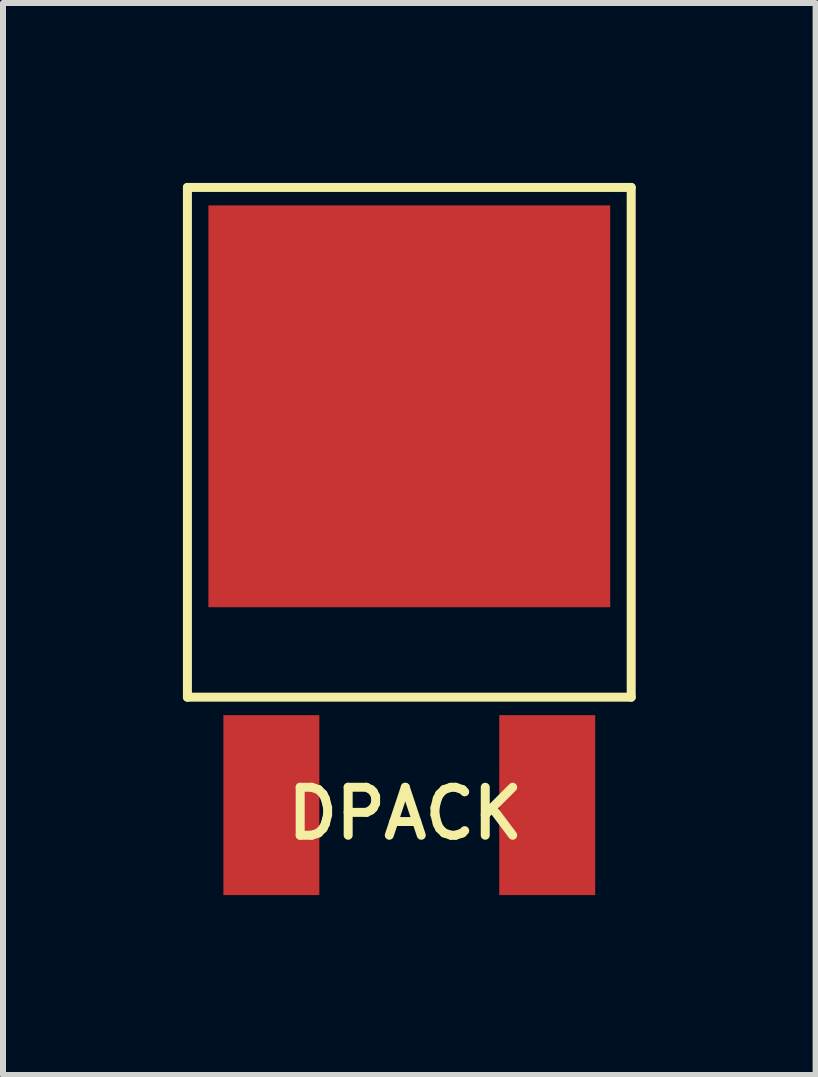
<source format=kicad_pcb>
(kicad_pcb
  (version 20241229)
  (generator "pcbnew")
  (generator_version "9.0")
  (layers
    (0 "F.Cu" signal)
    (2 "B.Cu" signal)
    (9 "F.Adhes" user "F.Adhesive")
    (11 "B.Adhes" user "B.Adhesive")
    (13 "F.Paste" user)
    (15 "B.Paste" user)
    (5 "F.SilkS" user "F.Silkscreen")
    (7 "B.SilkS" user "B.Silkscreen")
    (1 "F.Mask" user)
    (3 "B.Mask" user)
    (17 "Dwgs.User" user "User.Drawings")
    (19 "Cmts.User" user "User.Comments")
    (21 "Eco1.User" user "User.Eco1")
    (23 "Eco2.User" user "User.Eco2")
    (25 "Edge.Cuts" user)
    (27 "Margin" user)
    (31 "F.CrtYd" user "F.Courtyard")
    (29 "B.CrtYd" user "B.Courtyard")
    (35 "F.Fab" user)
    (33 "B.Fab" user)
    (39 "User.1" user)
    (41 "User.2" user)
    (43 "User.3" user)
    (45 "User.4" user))
  (footprint "DPACK"
    (layer "F.Cu")
    (at 3.775 7.975)
    (property "Reference" "DPACK" (at -0.067 2.54 0) (layer "F.SilkS") (effects (font (size 0.8 0.8) (thickness 0.15))))
    (attr smd)
    (fp_line (start -3.7 -7.9) (end 3.7 -7.9) (stroke (width 0.15) (type solid)) (layer "F.SilkS"))
    (fp_line (start -3.7 0.6) (end -3.7 -7.9) (stroke (width 0.15) (type solid)) (layer "F.SilkS"))
    (fp_line (start 3.7 -7.9) (end 3.7 0.6) (stroke (width 0.15) (type solid)) (layer "F.SilkS"))
    (fp_line (start 3.7 0.6) (end -3.7 0.6) (stroke (width 0.15) (type solid)) (layer "F.SilkS"))
    (pad "1" smd rect (at -2.3 2.4) (size 1.6 3) (layers "F.Cu" "F.Mask" "F.Paste"))
    (pad "2" smd rect (at 0 -4.25) (size 6.7 6.7) (layers "F.Cu" "F.Mask" "F.Paste"))
    (pad "3" smd rect (at 2.3 2.4) (size 1.6 3) (layers "F.Cu" "F.Mask" "F.Paste")))
  (gr_rect
    (start -3 -3)
    (end 10.55 14.875)
    (stroke (width 0.1) (type default))
    (fill no)
    (layer "Edge.Cuts")))
</source>
